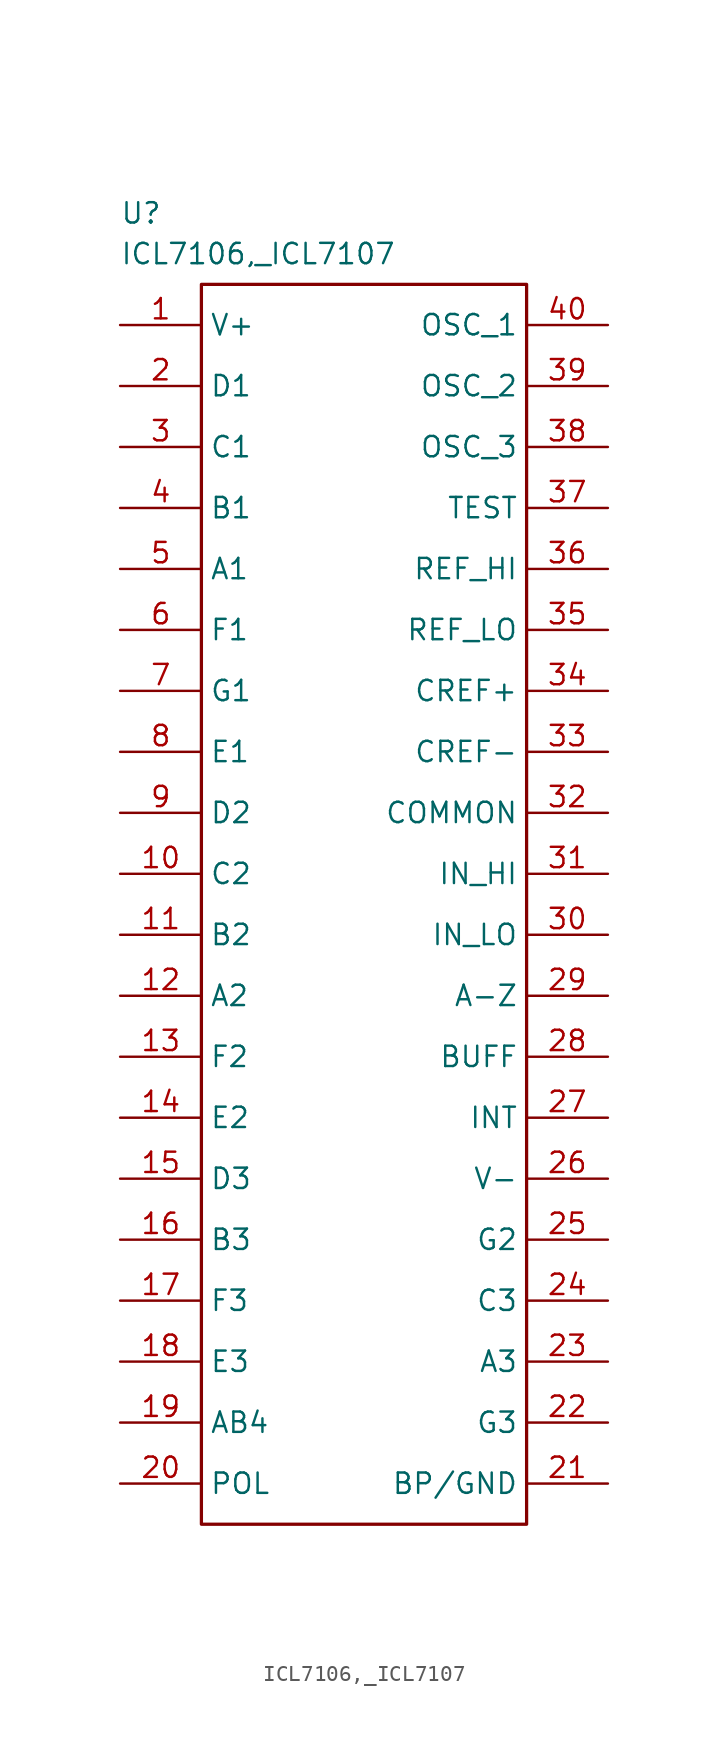
<source format=kicad_sym>
(kicad_symbol_lib
  (version 20211014)
  (generator kicad_symbol_editor)
  (symbol "ICL7106,_ICL7107"
    (property "Reference" "U"
      (at -15.24 43.815 0)
      (effects (font (size 1.27 1.27)) (justify left)))
    (property "Value" "ICL7106,_ICL7107"
      (at -15.24 41.275 0)
      (effects (font (size 1.27 1.27)) (justify left)))
    (property "ki_locked" ""
      (at 0 0 0)
      (effects (font (size 1.27 1.27))))
    (symbol "ICL7106,_ICL7107_0_0"
      (rectangle (start -10.16 39.37) (end 10.16 -38.1) (stroke (width 0.203) (type default) (color 0 0 0 0)) (fill (type none))))
    (symbol "ICL7106,_ICL7107_1_0"
      (pin unspecified line (at -15.24 36.83 0) (length 5.08) (name "V+" (effects (font (size 1.27 1.27)))) (number "1" (effects (font (size 1.27 1.27)))))
      (pin unspecified line (at -15.24 2.54 0) (length 5.08) (name "C2" (effects (font (size 1.27 1.27)))) (number "10" (effects (font (size 1.27 1.27)))))
      (pin unspecified line (at -15.24 -1.27 0) (length 5.08) (name "B2" (effects (font (size 1.27 1.27)))) (number "11" (effects (font (size 1.27 1.27)))))
      (pin unspecified line (at -15.24 -5.08 0) (length 5.08) (name "A2" (effects (font (size 1.27 1.27)))) (number "12" (effects (font (size 1.27 1.27)))))
      (pin unspecified line (at -15.24 -8.89 0) (length 5.08) (name "F2" (effects (font (size 1.27 1.27)))) (number "13" (effects (font (size 1.27 1.27)))))
      (pin unspecified line (at -15.24 -12.7 0) (length 5.08) (name "E2" (effects (font (size 1.27 1.27)))) (number "14" (effects (font (size 1.27 1.27)))))
      (pin unspecified line (at -15.24 -16.51 0) (length 5.08) (name "D3" (effects (font (size 1.27 1.27)))) (number "15" (effects (font (size 1.27 1.27)))))
      (pin unspecified line (at -15.24 -20.32 0) (length 5.08) (name "B3" (effects (font (size 1.27 1.27)))) (number "16" (effects (font (size 1.27 1.27)))))
      (pin unspecified line (at -15.24 -24.13 0) (length 5.08) (name "F3" (effects (font (size 1.27 1.27)))) (number "17" (effects (font (size 1.27 1.27)))))
      (pin unspecified line (at -15.24 -27.94 0) (length 5.08) (name "E3" (effects (font (size 1.27 1.27)))) (number "18" (effects (font (size 1.27 1.27)))))
      (pin unspecified line (at -15.24 -31.75 0) (length 5.08) (name "AB4" (effects (font (size 1.27 1.27)))) (number "19" (effects (font (size 1.27 1.27)))))
      (pin unspecified line (at -15.24 33.02 0) (length 5.08) (name "D1" (effects (font (size 1.27 1.27)))) (number "2" (effects (font (size 1.27 1.27)))))
      (pin unspecified line (at -15.24 -35.56 0) (length 5.08) (name "POL" (effects (font (size 1.27 1.27)))) (number "20" (effects (font (size 1.27 1.27)))))
      (pin unspecified line (at 15.24 -35.56 180) (length 5.08) (name "BP/GND" (effects (font (size 1.27 1.27)))) (number "21" (effects (font (size 1.27 1.27)))))
      (pin unspecified line (at 15.24 -31.75 180) (length 5.08) (name "G3" (effects (font (size 1.27 1.27)))) (number "22" (effects (font (size 1.27 1.27)))))
      (pin unspecified line (at 15.24 -27.94 180) (length 5.08) (name "A3" (effects (font (size 1.27 1.27)))) (number "23" (effects (font (size 1.27 1.27)))))
      (pin unspecified line (at 15.24 -24.13 180) (length 5.08) (name "C3" (effects (font (size 1.27 1.27)))) (number "24" (effects (font (size 1.27 1.27)))))
      (pin unspecified line (at 15.24 -20.32 180) (length 5.08) (name "G2" (effects (font (size 1.27 1.27)))) (number "25" (effects (font (size 1.27 1.27)))))
      (pin unspecified line (at 15.24 -16.51 180) (length 5.08) (name "V-" (effects (font (size 1.27 1.27)))) (number "26" (effects (font (size 1.27 1.27)))))
      (pin unspecified line (at 15.24 -12.7 180) (length 5.08) (name "INT" (effects (font (size 1.27 1.27)))) (number "27" (effects (font (size 1.27 1.27)))))
      (pin unspecified line (at 15.24 -8.89 180) (length 5.08) (name "BUFF" (effects (font (size 1.27 1.27)))) (number "28" (effects (font (size 1.27 1.27)))))
      (pin unspecified line (at 15.24 -5.08 180) (length 5.08) (name "A-Z" (effects (font (size 1.27 1.27)))) (number "29" (effects (font (size 1.27 1.27)))))
      (pin unspecified line (at -15.24 29.21 0) (length 5.08) (name "C1" (effects (font (size 1.27 1.27)))) (number "3" (effects (font (size 1.27 1.27)))))
      (pin unspecified line (at 15.24 -1.27 180) (length 5.08) (name "IN_LO" (effects (font (size 1.27 1.27)))) (number "30" (effects (font (size 1.27 1.27)))))
      (pin unspecified line (at 15.24 2.54 180) (length 5.08) (name "IN_HI" (effects (font (size 1.27 1.27)))) (number "31" (effects (font (size 1.27 1.27)))))
      (pin unspecified line (at 15.24 6.35 180) (length 5.08) (name "COMMON" (effects (font (size 1.27 1.27)))) (number "32" (effects (font (size 1.27 1.27)))))
      (pin unspecified line (at 15.24 10.16 180) (length 5.08) (name "CREF-" (effects (font (size 1.27 1.27)))) (number "33" (effects (font (size 1.27 1.27)))))
      (pin unspecified line (at 15.24 13.97 180) (length 5.08) (name "CREF+" (effects (font (size 1.27 1.27)))) (number "34" (effects (font (size 1.27 1.27)))))
      (pin unspecified line (at 15.24 17.78 180) (length 5.08) (name "REF_LO" (effects (font (size 1.27 1.27)))) (number "35" (effects (font (size 1.27 1.27)))))
      (pin unspecified line (at 15.24 21.59 180) (length 5.08) (name "REF_HI" (effects (font (size 1.27 1.27)))) (number "36" (effects (font (size 1.27 1.27)))))
      (pin unspecified line (at 15.24 25.4 180) (length 5.08) (name "TEST" (effects (font (size 1.27 1.27)))) (number "37" (effects (font (size 1.27 1.27)))))
      (pin unspecified line (at 15.24 29.21 180) (length 5.08) (name "OSC_3" (effects (font (size 1.27 1.27)))) (number "38" (effects (font (size 1.27 1.27)))))
      (pin unspecified line (at 15.24 33.02 180) (length 5.08) (name "OSC_2" (effects (font (size 1.27 1.27)))) (number "39" (effects (font (size 1.27 1.27)))))
      (pin unspecified line (at -15.24 25.4 0) (length 5.08) (name "B1" (effects (font (size 1.27 1.27)))) (number "4" (effects (font (size 1.27 1.27)))))
      (pin unspecified line (at 15.24 36.83 180) (length 5.08) (name "OSC_1" (effects (font (size 1.27 1.27)))) (number "40" (effects (font (size 1.27 1.27)))))
      (pin unspecified line (at -15.24 21.59 0) (length 5.08) (name "A1" (effects (font (size 1.27 1.27)))) (number "5" (effects (font (size 1.27 1.27)))))
      (pin unspecified line (at -15.24 17.78 0) (length 5.08) (name "F1" (effects (font (size 1.27 1.27)))) (number "6" (effects (font (size 1.27 1.27)))))
      (pin unspecified line (at -15.24 13.97 0) (length 5.08) (name "G1" (effects (font (size 1.27 1.27)))) (number "7" (effects (font (size 1.27 1.27)))))
      (pin unspecified line (at -15.24 10.16 0) (length 5.08) (name "E1" (effects (font (size 1.27 1.27)))) (number "8" (effects (font (size 1.27 1.27)))))
      (pin unspecified line (at -15.24 6.35 0) (length 5.08) (name "D2" (effects (font (size 1.27 1.27)))) (number "9" (effects (font (size 1.27 1.27))))))))
</source>
